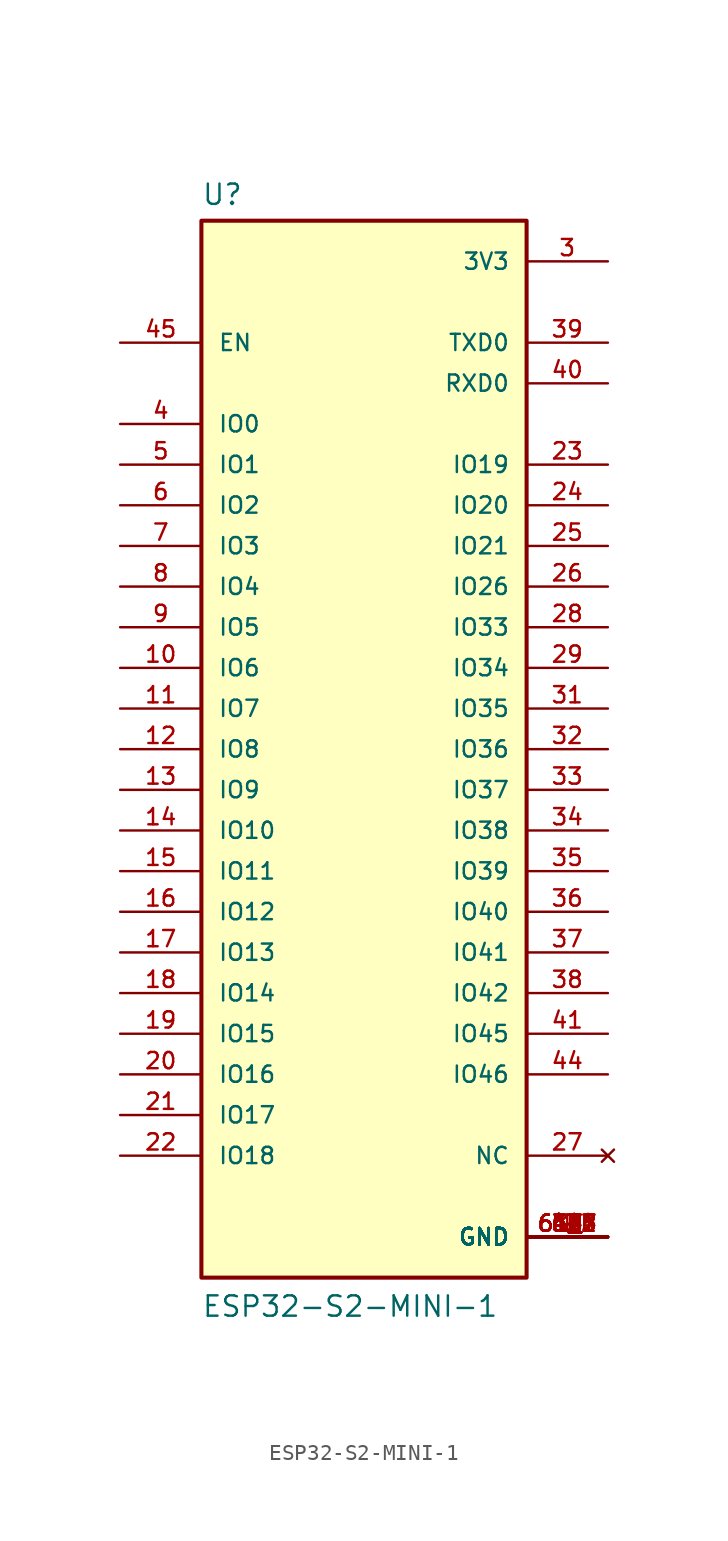
<source format=kicad_sym>
(kicad_symbol_lib
  (version 20211014)
  (generator kicad_symbol_editor)
  (symbol "ESP32-S2-MINI-1"
    (pin_names
      (offset 1.016))
    (property "Reference" "U"
      (at -10.16 33.909 0)
      (effects (font (size 1.27 1.27)) (justify bottom left)))
    (property "Value" "ESP32-S2-MINI-1"
      (at -10.16 -35.56 0)
      (effects (font (size 1.27 1.27)) (justify bottom left)))
    (symbol "ESP32-S2-MINI-1_0_0"
      (rectangle (start -10.16 -33.02) (end 10.16 33.02) (stroke (width 0.254)) (fill (type background)))
      (pin bidirectional line (at -15.24 20.32 0) (length 5.08) (name "IO0" (effects (font (size 1.016 1.016)))) (number "4" (effects (font (size 1.016 1.016)))))
      (pin bidirectional line (at -15.24 17.78 0) (length 5.08) (name "IO1" (effects (font (size 1.016 1.016)))) (number "5" (effects (font (size 1.016 1.016)))))
      (pin bidirectional line (at -15.24 15.24 0) (length 5.08) (name "IO2" (effects (font (size 1.016 1.016)))) (number "6" (effects (font (size 1.016 1.016)))))
      (pin bidirectional line (at -15.24 12.7 0) (length 5.08) (name "IO3" (effects (font (size 1.016 1.016)))) (number "7" (effects (font (size 1.016 1.016)))))
      (pin bidirectional line (at -15.24 10.16 0) (length 5.08) (name "IO4" (effects (font (size 1.016 1.016)))) (number "8" (effects (font (size 1.016 1.016)))))
      (pin bidirectional line (at -15.24 5.08 0) (length 5.08) (name "IO6" (effects (font (size 1.016 1.016)))) (number "10" (effects (font (size 1.016 1.016)))))
      (pin bidirectional line (at -15.24 7.62 0) (length 5.08) (name "IO5" (effects (font (size 1.016 1.016)))) (number "9" (effects (font (size 1.016 1.016)))))
      (pin bidirectional line (at -15.24 2.54 0) (length 5.08) (name "IO7" (effects (font (size 1.016 1.016)))) (number "11" (effects (font (size 1.016 1.016)))))
      (pin bidirectional line (at -15.24 0.0 0) (length 5.08) (name "IO8" (effects (font (size 1.016 1.016)))) (number "12" (effects (font (size 1.016 1.016)))))
      (pin bidirectional line (at -15.24 -2.54 0) (length 5.08) (name "IO9" (effects (font (size 1.016 1.016)))) (number "13" (effects (font (size 1.016 1.016)))))
      (pin bidirectional line (at -15.24 -5.08 0) (length 5.08) (name "IO10" (effects (font (size 1.016 1.016)))) (number "14" (effects (font (size 1.016 1.016)))))
      (pin bidirectional line (at -15.24 -7.62 0) (length 5.08) (name "IO11" (effects (font (size 1.016 1.016)))) (number "15" (effects (font (size 1.016 1.016)))))
      (pin bidirectional line (at -15.24 -10.16 0) (length 5.08) (name "IO12" (effects (font (size 1.016 1.016)))) (number "16" (effects (font (size 1.016 1.016)))))
      (pin bidirectional line (at -15.24 -12.7 0) (length 5.08) (name "IO13" (effects (font (size 1.016 1.016)))) (number "17" (effects (font (size 1.016 1.016)))))
      (pin bidirectional line (at -15.24 -15.24 0) (length 5.08) (name "IO14" (effects (font (size 1.016 1.016)))) (number "18" (effects (font (size 1.016 1.016)))))
      (pin bidirectional line (at -15.24 -17.78 0) (length 5.08) (name "IO15" (effects (font (size 1.016 1.016)))) (number "19" (effects (font (size 1.016 1.016)))))
      (pin bidirectional line (at -15.24 -20.32 0) (length 5.08) (name "IO16" (effects (font (size 1.016 1.016)))) (number "20" (effects (font (size 1.016 1.016)))))
      (pin bidirectional line (at -15.24 -22.86 0) (length 5.08) (name "IO17" (effects (font (size 1.016 1.016)))) (number "21" (effects (font (size 1.016 1.016)))))
      (pin bidirectional line (at -15.24 -25.4 0) (length 5.08) (name "IO18" (effects (font (size 1.016 1.016)))) (number "22" (effects (font (size 1.016 1.016)))))
      (pin bidirectional line (at 15.24 17.78 180.0) (length 5.08) (name "IO19" (effects (font (size 1.016 1.016)))) (number "23" (effects (font (size 1.016 1.016)))))
      (pin bidirectional line (at 15.24 15.24 180.0) (length 5.08) (name "IO20" (effects (font (size 1.016 1.016)))) (number "24" (effects (font (size 1.016 1.016)))))
      (pin bidirectional line (at 15.24 12.7 180.0) (length 5.08) (name "IO21" (effects (font (size 1.016 1.016)))) (number "25" (effects (font (size 1.016 1.016)))))
      (pin bidirectional line (at 15.24 10.16 180.0) (length 5.08) (name "IO26" (effects (font (size 1.016 1.016)))) (number "26" (effects (font (size 1.016 1.016)))))
      (pin no_connect line (at 15.24 -25.4 180.0) (length 5.08) (name "NC" (effects (font (size 1.016 1.016)))) (number "27" (effects (font (size 1.016 1.016)))))
      (pin bidirectional line (at 15.24 7.62 180.0) (length 5.08) (name "IO33" (effects (font (size 1.016 1.016)))) (number "28" (effects (font (size 1.016 1.016)))))
      (pin bidirectional line (at 15.24 5.08 180.0) (length 5.08) (name "IO34" (effects (font (size 1.016 1.016)))) (number "29" (effects (font (size 1.016 1.016)))))
      (pin bidirectional line (at 15.24 2.54 180.0) (length 5.08) (name "IO35" (effects (font (size 1.016 1.016)))) (number "31" (effects (font (size 1.016 1.016)))))
      (pin bidirectional line (at 15.24 0.0 180.0) (length 5.08) (name "IO36" (effects (font (size 1.016 1.016)))) (number "32" (effects (font (size 1.016 1.016)))))
      (pin bidirectional line (at 15.24 -2.54 180.0) (length 5.08) (name "IO37" (effects (font (size 1.016 1.016)))) (number "33" (effects (font (size 1.016 1.016)))))
      (pin bidirectional line (at 15.24 -5.08 180.0) (length 5.08) (name "IO38" (effects (font (size 1.016 1.016)))) (number "34" (effects (font (size 1.016 1.016)))))
      (pin bidirectional line (at 15.24 -7.62 180.0) (length 5.08) (name "IO39" (effects (font (size 1.016 1.016)))) (number "35" (effects (font (size 1.016 1.016)))))
      (pin bidirectional line (at 15.24 -10.16 180.0) (length 5.08) (name "IO40" (effects (font (size 1.016 1.016)))) (number "36" (effects (font (size 1.016 1.016)))))
      (pin bidirectional line (at 15.24 -12.7 180.0) (length 5.08) (name "IO41" (effects (font (size 1.016 1.016)))) (number "37" (effects (font (size 1.016 1.016)))))
      (pin bidirectional line (at 15.24 -15.24 180.0) (length 5.08) (name "IO42" (effects (font (size 1.016 1.016)))) (number "38" (effects (font (size 1.016 1.016)))))
      (pin bidirectional line (at 15.24 25.4 180.0) (length 5.08) (name "TXD0" (effects (font (size 1.016 1.016)))) (number "39" (effects (font (size 1.016 1.016)))))
      (pin bidirectional line (at 15.24 22.86 180.0) (length 5.08) (name "RXD0" (effects (font (size 1.016 1.016)))) (number "40" (effects (font (size 1.016 1.016)))))
      (pin bidirectional line (at 15.24 -17.78 180.0) (length 5.08) (name "IO45" (effects (font (size 1.016 1.016)))) (number "41" (effects (font (size 1.016 1.016)))))
      (pin input line (at 15.24 -20.32 180.0) (length 5.08) (name "IO46" (effects (font (size 1.016 1.016)))) (number "44" (effects (font (size 1.016 1.016)))))
      (pin input line (at -15.24 25.4 0) (length 5.08) (name "EN" (effects (font (size 1.016 1.016)))) (number "45" (effects (font (size 1.016 1.016)))))
      (pin power_in line (at 15.24 30.48 180.0) (length 5.08) (name "3V3" (effects (font (size 1.016 1.016)))) (number "3" (effects (font (size 1.016 1.016)))))
      (pin power_in line (at 15.24 -30.48 180.0) (length 5.08) (name "GND" (effects (font (size 1.016 1.016)))) (number "1" (effects (font (size 1.016 1.016)))))
      (pin power_in line (at 15.24 -30.48 180.0) (length 5.08) (name "GND" (effects (font (size 1.016 1.016)))) (number "2" (effects (font (size 1.016 1.016)))))
      (pin power_in line (at 15.24 -30.48 180.0) (length 5.08) (name "GND" (effects (font (size 1.016 1.016)))) (number "30" (effects (font (size 1.016 1.016)))))
      (pin power_in line (at 15.24 -30.48 180.0) (length 5.08) (name "GND" (effects (font (size 1.016 1.016)))) (number "42" (effects (font (size 1.016 1.016)))))
      (pin power_in line (at 15.24 -30.48 180.0) (length 5.08) (name "GND" (effects (font (size 1.016 1.016)))) (number "43" (effects (font (size 1.016 1.016)))))
      (pin power_in line (at 15.24 -30.48 180.0) (length 5.08) (name "GND" (effects (font (size 1.016 1.016)))) (number "46" (effects (font (size 1.016 1.016)))))
      (pin power_in line (at 15.24 -30.48 180.0) (length 5.08) (name "GND" (effects (font (size 1.016 1.016)))) (number "47" (effects (font (size 1.016 1.016)))))
      (pin power_in line (at 15.24 -30.48 180.0) (length 5.08) (name "GND" (effects (font (size 1.016 1.016)))) (number "48" (effects (font (size 1.016 1.016)))))
      (pin power_in line (at 15.24 -30.48 180.0) (length 5.08) (name "GND" (effects (font (size 1.016 1.016)))) (number "49" (effects (font (size 1.016 1.016)))))
      (pin power_in line (at 15.24 -30.48 180.0) (length 5.08) (name "GND" (effects (font (size 1.016 1.016)))) (number "50" (effects (font (size 1.016 1.016)))))
      (pin power_in line (at 15.24 -30.48 180.0) (length 5.08) (name "GND" (effects (font (size 1.016 1.016)))) (number "51" (effects (font (size 1.016 1.016)))))
      (pin power_in line (at 15.24 -30.48 180.0) (length 5.08) (name "GND" (effects (font (size 1.016 1.016)))) (number "52" (effects (font (size 1.016 1.016)))))
      (pin power_in line (at 15.24 -30.48 180.0) (length 5.08) (name "GND" (effects (font (size 1.016 1.016)))) (number "53" (effects (font (size 1.016 1.016)))))
      (pin power_in line (at 15.24 -30.48 180.0) (length 5.08) (name "GND" (effects (font (size 1.016 1.016)))) (number "54" (effects (font (size 1.016 1.016)))))
      (pin power_in line (at 15.24 -30.48 180.0) (length 5.08) (name "GND" (effects (font (size 1.016 1.016)))) (number "55" (effects (font (size 1.016 1.016)))))
      (pin power_in line (at 15.24 -30.48 180.0) (length 5.08) (name "GND" (effects (font (size 1.016 1.016)))) (number "56" (effects (font (size 1.016 1.016)))))
      (pin power_in line (at 15.24 -30.48 180.0) (length 5.08) (name "GND" (effects (font (size 1.016 1.016)))) (number "57" (effects (font (size 1.016 1.016)))))
      (pin power_in line (at 15.24 -30.48 180.0) (length 5.08) (name "GND" (effects (font (size 1.016 1.016)))) (number "58" (effects (font (size 1.016 1.016)))))
      (pin power_in line (at 15.24 -30.48 180.0) (length 5.08) (name "GND" (effects (font (size 1.016 1.016)))) (number "59" (effects (font (size 1.016 1.016)))))
      (pin power_in line (at 15.24 -30.48 180.0) (length 5.08) (name "GND" (effects (font (size 1.016 1.016)))) (number "60" (effects (font (size 1.016 1.016)))))
      (pin power_in line (at 15.24 -30.48 180.0) (length 5.08) (name "GND" (effects (font (size 1.016 1.016)))) (number "61" (effects (font (size 1.016 1.016)))))
      (pin power_in line (at 15.24 -30.48 180.0) (length 5.08) (name "GND" (effects (font (size 1.016 1.016)))) (number "61_1" (effects (font (size 1.016 1.016)))))
      (pin power_in line (at 15.24 -30.48 180.0) (length 5.08) (name "GND" (effects (font (size 1.016 1.016)))) (number "61_2" (effects (font (size 1.016 1.016)))))
      (pin power_in line (at 15.24 -30.48 180.0) (length 5.08) (name "GND" (effects (font (size 1.016 1.016)))) (number "61_3" (effects (font (size 1.016 1.016)))))
      (pin power_in line (at 15.24 -30.48 180.0) (length 5.08) (name "GND" (effects (font (size 1.016 1.016)))) (number "61_4" (effects (font (size 1.016 1.016)))))
      (pin power_in line (at 15.24 -30.48 180.0) (length 5.08) (name "GND" (effects (font (size 1.016 1.016)))) (number "61_5" (effects (font (size 1.016 1.016)))))
      (pin power_in line (at 15.24 -30.48 180.0) (length 5.08) (name "GND" (effects (font (size 1.016 1.016)))) (number "61_6" (effects (font (size 1.016 1.016)))))
      (pin power_in line (at 15.24 -30.48 180.0) (length 5.08) (name "GND" (effects (font (size 1.016 1.016)))) (number "61_7" (effects (font (size 1.016 1.016)))))
      (pin power_in line (at 15.24 -30.48 180.0) (length 5.08) (name "GND" (effects (font (size 1.016 1.016)))) (number "61_8" (effects (font (size 1.016 1.016)))))
      (pin power_in line (at 15.24 -30.48 180.0) (length 5.08) (name "GND" (effects (font (size 1.016 1.016)))) (number "62" (effects (font (size 1.016 1.016)))))
      (pin power_in line (at 15.24 -30.48 180.0) (length 5.08) (name "GND" (effects (font (size 1.016 1.016)))) (number "63" (effects (font (size 1.016 1.016)))))
      (pin power_in line (at 15.24 -30.48 180.0) (length 5.08) (name "GND" (effects (font (size 1.016 1.016)))) (number "64" (effects (font (size 1.016 1.016)))))
      (pin power_in line (at 15.24 -30.48 180.0) (length 5.08) (name "GND" (effects (font (size 1.016 1.016)))) (number "65" (effects (font (size 1.016 1.016))))))))
</source>
